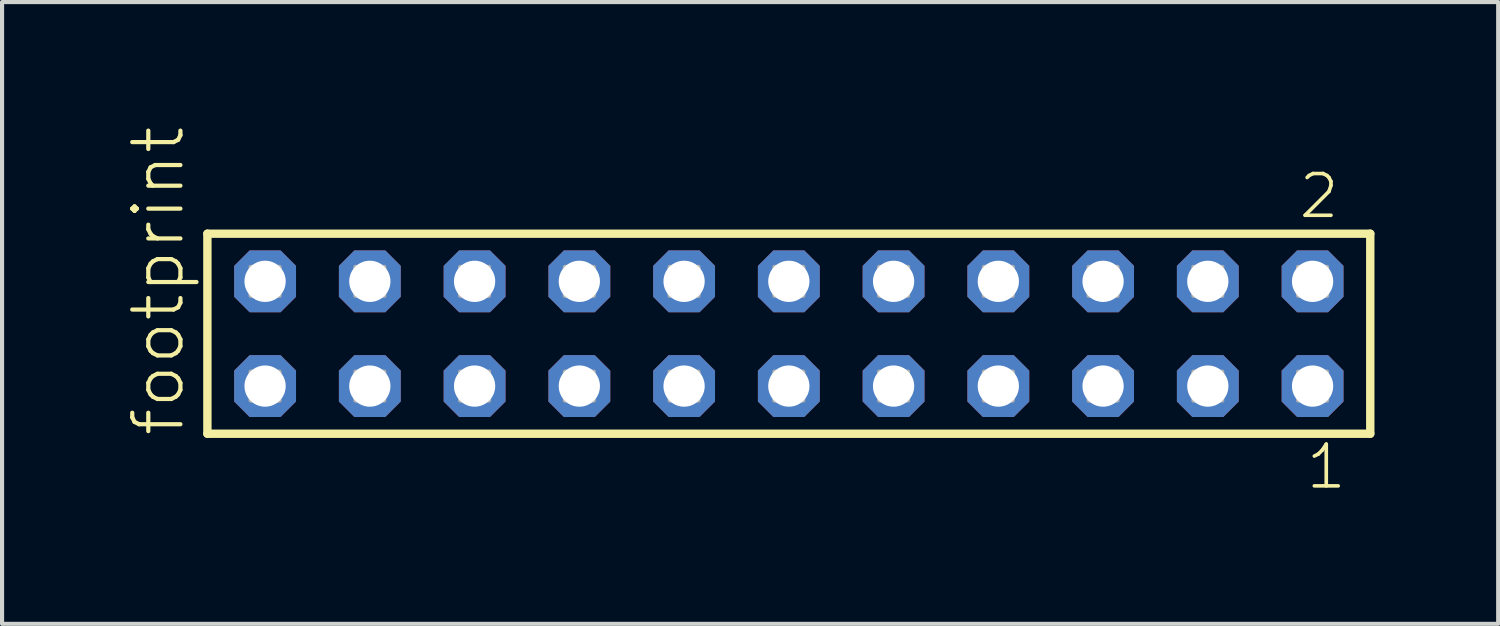
<source format=kicad_pcb>
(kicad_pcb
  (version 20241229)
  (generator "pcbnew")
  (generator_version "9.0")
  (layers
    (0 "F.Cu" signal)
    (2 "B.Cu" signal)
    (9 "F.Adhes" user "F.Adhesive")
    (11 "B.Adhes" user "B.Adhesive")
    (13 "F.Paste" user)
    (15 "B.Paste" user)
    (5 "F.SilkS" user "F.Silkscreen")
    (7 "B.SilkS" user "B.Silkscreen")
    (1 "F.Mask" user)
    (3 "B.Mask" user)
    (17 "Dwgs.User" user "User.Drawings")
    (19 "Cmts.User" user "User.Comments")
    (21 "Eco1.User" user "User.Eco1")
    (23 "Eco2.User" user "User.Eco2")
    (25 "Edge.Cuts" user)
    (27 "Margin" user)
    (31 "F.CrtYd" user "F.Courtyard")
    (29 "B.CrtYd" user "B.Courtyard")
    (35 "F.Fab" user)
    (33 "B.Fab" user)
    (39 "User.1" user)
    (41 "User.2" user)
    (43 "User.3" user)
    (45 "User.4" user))
  (footprint "footprint"
    (layer "F.Cu")
    (at 16.078 5.042)
    (property "Reference" "footprint" (at -14.605 2.54 90) (layer "F.SilkS") (effects (font (size 1.168 1.168) (thickness 0.102)) (justify left bottom)))
    (fp_line (start -14.099 -2.425) (end 14.099 -2.425) (stroke (width 0.203) (type solid)) (layer "F.SilkS"))
    (fp_line (start -14.099 2.425) (end -14.099 -2.425) (stroke (width 0.203) (type solid)) (layer "F.SilkS"))
    (fp_line (start 14.099 -2.425) (end 14.099 2.425) (stroke (width 0.203) (type solid)) (layer "F.SilkS"))
    (fp_line (start 14.099 2.425) (end -14.099 2.425) (stroke (width 0.203) (type solid)) (layer "F.SilkS"))
    (fp_poly (pts (xy -13.05 -0.92) (xy -12.35 -0.92) (xy -12.35 -1.62) (xy -13.05 -1.62)) (stroke (width 0.1) (type solid)) (fill no) (layer "F.Fab"))
    (fp_poly (pts (xy -13.05 1.62) (xy -12.35 1.62) (xy -12.35 0.92) (xy -13.05 0.92)) (stroke (width 0.1) (type solid)) (fill no) (layer "F.Fab"))
    (fp_poly (pts (xy -10.51 -0.92) (xy -9.81 -0.92) (xy -9.81 -1.62) (xy -10.51 -1.62)) (stroke (width 0.1) (type solid)) (fill no) (layer "F.Fab"))
    (fp_poly (pts (xy -10.51 1.62) (xy -9.81 1.62) (xy -9.81 0.92) (xy -10.51 0.92)) (stroke (width 0.1) (type solid)) (fill no) (layer "F.Fab"))
    (fp_poly (pts (xy -7.97 -0.92) (xy -7.27 -0.92) (xy -7.27 -1.62) (xy -7.97 -1.62)) (stroke (width 0.1) (type solid)) (fill no) (layer "F.Fab"))
    (fp_poly (pts (xy -7.97 1.62) (xy -7.27 1.62) (xy -7.27 0.92) (xy -7.97 0.92)) (stroke (width 0.1) (type solid)) (fill no) (layer "F.Fab"))
    (fp_poly (pts (xy -5.43 -0.92) (xy -4.73 -0.92) (xy -4.73 -1.62) (xy -5.43 -1.62)) (stroke (width 0.1) (type solid)) (fill no) (layer "F.Fab"))
    (fp_poly (pts (xy -5.43 1.62) (xy -4.73 1.62) (xy -4.73 0.92) (xy -5.43 0.92)) (stroke (width 0.1) (type solid)) (fill no) (layer "F.Fab"))
    (fp_poly (pts (xy -2.89 -0.92) (xy -2.19 -0.92) (xy -2.19 -1.62) (xy -2.89 -1.62)) (stroke (width 0.1) (type solid)) (fill no) (layer "F.Fab"))
    (fp_poly (pts (xy -2.89 1.62) (xy -2.19 1.62) (xy -2.19 0.92) (xy -2.89 0.92)) (stroke (width 0.1) (type solid)) (fill no) (layer "F.Fab"))
    (fp_poly (pts (xy -0.35 -0.92) (xy 0.35 -0.92) (xy 0.35 -1.62) (xy -0.35 -1.62)) (stroke (width 0.1) (type solid)) (fill no) (layer "F.Fab"))
    (fp_poly (pts (xy -0.35 1.62) (xy 0.35 1.62) (xy 0.35 0.92) (xy -0.35 0.92)) (stroke (width 0.1) (type solid)) (fill no) (layer "F.Fab"))
    (fp_poly (pts (xy 2.19 -0.92) (xy 2.89 -0.92) (xy 2.89 -1.62) (xy 2.19 -1.62)) (stroke (width 0.1) (type solid)) (fill no) (layer "F.Fab"))
    (fp_poly (pts (xy 2.19 1.62) (xy 2.89 1.62) (xy 2.89 0.92) (xy 2.19 0.92)) (stroke (width 0.1) (type solid)) (fill no) (layer "F.Fab"))
    (fp_poly (pts (xy 4.73 -0.92) (xy 5.43 -0.92) (xy 5.43 -1.62) (xy 4.73 -1.62)) (stroke (width 0.1) (type solid)) (fill no) (layer "F.Fab"))
    (fp_poly (pts (xy 4.73 1.62) (xy 5.43 1.62) (xy 5.43 0.92) (xy 4.73 0.92)) (stroke (width 0.1) (type solid)) (fill no) (layer "F.Fab"))
    (fp_poly (pts (xy 7.27 -0.92) (xy 7.97 -0.92) (xy 7.97 -1.62) (xy 7.27 -1.62)) (stroke (width 0.1) (type solid)) (fill no) (layer "F.Fab"))
    (fp_poly (pts (xy 7.27 1.62) (xy 7.97 1.62) (xy 7.97 0.92) (xy 7.27 0.92)) (stroke (width 0.1) (type solid)) (fill no) (layer "F.Fab"))
    (fp_poly (pts (xy 9.81 -0.92) (xy 10.51 -0.92) (xy 10.51 -1.62) (xy 9.81 -1.62)) (stroke (width 0.1) (type solid)) (fill no) (layer "F.Fab"))
    (fp_poly (pts (xy 9.81 1.62) (xy 10.51 1.62) (xy 10.51 0.92) (xy 9.81 0.92)) (stroke (width 0.1) (type solid)) (fill no) (layer "F.Fab"))
    (fp_poly (pts (xy 12.35 -0.92) (xy 13.05 -0.92) (xy 13.05 -1.62) (xy 12.35 -1.62)) (stroke (width 0.1) (type solid)) (fill no) (layer "F.Fab"))
    (fp_poly (pts (xy 12.35 1.62) (xy 13.05 1.62) (xy 13.05 0.92) (xy 12.35 0.92)) (stroke (width 0.1) (type solid)) (fill no) (layer "F.Fab"))
    (fp_text user "2" (at 12.317 -2.744 0) (layer "F.SilkS") (effects (font (size 1.012 1.012) (thickness 0.088)) (justify left bottom)))
    (fp_text user "1" (at 12.492 3.818 0) (layer "F.SilkS") (effects (font (size 1.012 1.012) (thickness 0.088)) (justify left bottom)))
    (pad "1" thru_hole roundrect (at 12.7 1.27 180) (size 1.5 1.5) (drill 1) (layers "*.Cu" "*.Mask") (roundrect_rratio 0.25) (chamfer_ratio 0.25) (chamfer top_left top_right bottom_left bottom_right))
    (pad "2" thru_hole roundrect (at 12.7 -1.27 180) (size 1.5 1.5) (drill 1) (layers "*.Cu" "*.Mask") (roundrect_rratio 0.25) (chamfer_ratio 0.25) (chamfer top_left top_right bottom_left bottom_right))
    (pad "3" thru_hole roundrect (at 10.16 1.27 180) (size 1.5 1.5) (drill 1) (layers "*.Cu" "*.Mask") (roundrect_rratio 0.25) (chamfer_ratio 0.25) (chamfer top_left top_right bottom_left bottom_right))
    (pad "4" thru_hole roundrect (at 10.16 -1.27 180) (size 1.5 1.5) (drill 1) (layers "*.Cu" "*.Mask") (roundrect_rratio 0.25) (chamfer_ratio 0.25) (chamfer top_left top_right bottom_left bottom_right))
    (pad "5" thru_hole roundrect (at 7.62 1.27 180) (size 1.5 1.5) (drill 1) (layers "*.Cu" "*.Mask") (roundrect_rratio 0.25) (chamfer_ratio 0.25) (chamfer top_left top_right bottom_left bottom_right))
    (pad "6" thru_hole roundrect (at 7.62 -1.27 180) (size 1.5 1.5) (drill 1) (layers "*.Cu" "*.Mask") (roundrect_rratio 0.25) (chamfer_ratio 0.25) (chamfer top_left top_right bottom_left bottom_right))
    (pad "7" thru_hole roundrect (at 5.08 1.27 180) (size 1.5 1.5) (drill 1) (layers "*.Cu" "*.Mask") (roundrect_rratio 0.25) (chamfer_ratio 0.25) (chamfer top_left top_right bottom_left bottom_right))
    (pad "8" thru_hole roundrect (at 5.08 -1.27 180) (size 1.5 1.5) (drill 1) (layers "*.Cu" "*.Mask") (roundrect_rratio 0.25) (chamfer_ratio 0.25) (chamfer top_left top_right bottom_left bottom_right))
    (pad "9" thru_hole roundrect (at 2.54 1.27 180) (size 1.5 1.5) (drill 1) (layers "*.Cu" "*.Mask") (roundrect_rratio 0.25) (chamfer_ratio 0.25) (chamfer top_left top_right bottom_left bottom_right))
    (pad "10" thru_hole roundrect (at 2.54 -1.27 180) (size 1.5 1.5) (drill 1) (layers "*.Cu" "*.Mask") (roundrect_rratio 0.25) (chamfer_ratio 0.25) (chamfer top_left top_right bottom_left bottom_right))
    (pad "11" thru_hole roundrect (at 0 1.27 180) (size 1.5 1.5) (drill 1) (layers "*.Cu" "*.Mask") (roundrect_rratio 0.25) (chamfer_ratio 0.25) (chamfer top_left top_right bottom_left bottom_right))
    (pad "12" thru_hole roundrect (at 0 -1.27 180) (size 1.5 1.5) (drill 1) (layers "*.Cu" "*.Mask") (roundrect_rratio 0.25) (chamfer_ratio 0.25) (chamfer top_left top_right bottom_left bottom_right))
    (pad "13" thru_hole roundrect (at -2.54 1.27 180) (size 1.5 1.5) (drill 1) (layers "*.Cu" "*.Mask") (roundrect_rratio 0.25) (chamfer_ratio 0.25) (chamfer top_left top_right bottom_left bottom_right))
    (pad "14" thru_hole roundrect (at -2.54 -1.27 180) (size 1.5 1.5) (drill 1) (layers "*.Cu" "*.Mask") (roundrect_rratio 0.25) (chamfer_ratio 0.25) (chamfer top_left top_right bottom_left bottom_right))
    (pad "15" thru_hole roundrect (at -5.08 1.27 180) (size 1.5 1.5) (drill 1) (layers "*.Cu" "*.Mask") (roundrect_rratio 0.25) (chamfer_ratio 0.25) (chamfer top_left top_right bottom_left bottom_right))
    (pad "16" thru_hole roundrect (at -5.08 -1.27 180) (size 1.5 1.5) (drill 1) (layers "*.Cu" "*.Mask") (roundrect_rratio 0.25) (chamfer_ratio 0.25) (chamfer top_left top_right bottom_left bottom_right))
    (pad "17" thru_hole roundrect (at -7.62 1.27 180) (size 1.5 1.5) (drill 1) (layers "*.Cu" "*.Mask") (roundrect_rratio 0.25) (chamfer_ratio 0.25) (chamfer top_left top_right bottom_left bottom_right))
    (pad "18" thru_hole roundrect (at -7.62 -1.27 180) (size 1.5 1.5) (drill 1) (layers "*.Cu" "*.Mask") (roundrect_rratio 0.25) (chamfer_ratio 0.25) (chamfer top_left top_right bottom_left bottom_right))
    (pad "19" thru_hole roundrect (at -10.16 1.27 180) (size 1.5 1.5) (drill 1) (layers "*.Cu" "*.Mask") (roundrect_rratio 0.25) (chamfer_ratio 0.25) (chamfer top_left top_right bottom_left bottom_right))
    (pad "20" thru_hole roundrect (at -10.16 -1.27 180) (size 1.5 1.5) (drill 1) (layers "*.Cu" "*.Mask") (roundrect_rratio 0.25) (chamfer_ratio 0.25) (chamfer top_left top_right bottom_left bottom_right))
    (pad "21" thru_hole roundrect (at -12.7 1.27 180) (size 1.5 1.5) (drill 1) (layers "*.Cu" "*.Mask") (roundrect_rratio 0.25) (chamfer_ratio 0.25) (chamfer top_left top_right bottom_left bottom_right))
    (pad "22" thru_hole roundrect (at -12.7 -1.27 180) (size 1.5 1.5) (drill 1) (layers "*.Cu" "*.Mask") (roundrect_rratio 0.25) (chamfer_ratio 0.25) (chamfer top_left top_right bottom_left bottom_right)))
  (gr_rect
    (start -3 -3)
    (end 33.279 12.077)
    (stroke (width 0.1) (type default))
    (fill no)
    (layer "Edge.Cuts")))
</source>
